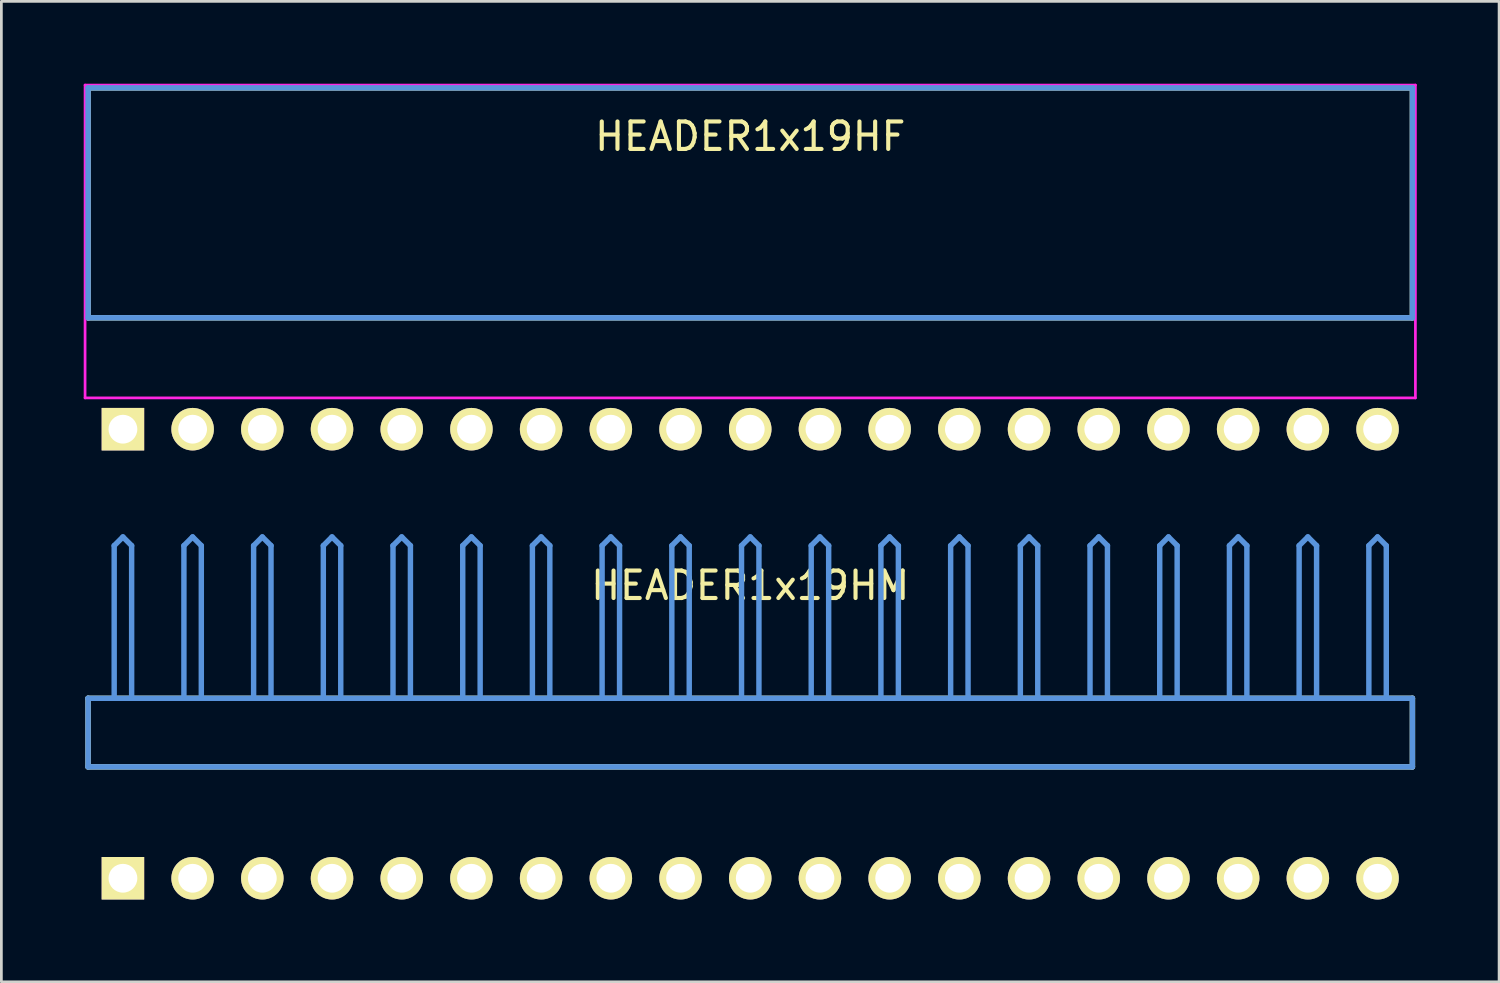
<source format=kicad_pcb>
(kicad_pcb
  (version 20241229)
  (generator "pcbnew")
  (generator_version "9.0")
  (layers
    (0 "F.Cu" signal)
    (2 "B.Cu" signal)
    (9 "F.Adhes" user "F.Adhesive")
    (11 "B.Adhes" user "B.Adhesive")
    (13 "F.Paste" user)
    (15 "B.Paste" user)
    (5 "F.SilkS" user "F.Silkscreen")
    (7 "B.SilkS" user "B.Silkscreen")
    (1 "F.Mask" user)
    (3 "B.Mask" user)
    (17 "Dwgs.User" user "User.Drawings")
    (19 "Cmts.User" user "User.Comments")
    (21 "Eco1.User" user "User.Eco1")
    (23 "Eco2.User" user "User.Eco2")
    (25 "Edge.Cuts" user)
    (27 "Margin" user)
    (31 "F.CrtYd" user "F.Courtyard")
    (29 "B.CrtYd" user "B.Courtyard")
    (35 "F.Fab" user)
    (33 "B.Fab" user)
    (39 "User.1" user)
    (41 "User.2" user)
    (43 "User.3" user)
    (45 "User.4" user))
  (footprint "HEADER1x19HM"
    (layer "F.Cu")
    (at 1.429 28.954)
    (property "Reference" "HEADER1x19HM" (at 22.86 -10.668 0) (layer "F.SilkS") (effects (font (size 1.001 1.001) (thickness 0.15))))
    (attr through_hole)
    (fp_line (start -1.27 -6.558) (end -1.27 -4.059) (stroke (width 0.198) (type solid)) (layer "F.SilkS"))
    (fp_line (start -1.27 -4.059) (end 46.99 -4.059) (stroke (width 0.198) (type solid)) (layer "F.SilkS"))
    (fp_line (start 46.99 -6.558) (end -1.27 -6.558) (stroke (width 0.198) (type solid)) (layer "F.SilkS"))
    (fp_line (start 46.99 -4.059) (end 46.99 -6.558) (stroke (width 0.198) (type solid)) (layer "F.SilkS"))
    (fp_line (start -1.27 -6.558) (end -1.27 -4.059) (stroke (width 0.198) (type solid)) (layer "Cmts.User"))
    (fp_line (start -1.27 -4.059) (end 46.99 -4.059) (stroke (width 0.198) (type solid)) (layer "Cmts.User"))
    (fp_line (start -0.318 -12.121) (end 0 -12.438) (stroke (width 0.198) (type solid)) (layer "Cmts.User"))
    (fp_line (start -0.318 -6.599) (end -0.318 -12.121) (stroke (width 0.198) (type solid)) (layer "Cmts.User"))
    (fp_line (start 0.318 -12.121) (end 0 -12.438) (stroke (width 0.198) (type solid)) (layer "Cmts.User"))
    (fp_line (start 0.318 -6.599) (end 0.318 -12.121) (stroke (width 0.198) (type solid)) (layer "Cmts.User"))
    (fp_line (start 2.223 -12.121) (end 2.54 -12.438) (stroke (width 0.198) (type solid)) (layer "Cmts.User"))
    (fp_line (start 2.223 -6.599) (end 2.223 -12.121) (stroke (width 0.198) (type solid)) (layer "Cmts.User"))
    (fp_line (start 2.857 -12.121) (end 2.54 -12.438) (stroke (width 0.198) (type solid)) (layer "Cmts.User"))
    (fp_line (start 2.857 -6.599) (end 2.857 -12.121) (stroke (width 0.198) (type solid)) (layer "Cmts.User"))
    (fp_line (start 4.763 -12.121) (end 5.08 -12.438) (stroke (width 0.198) (type solid)) (layer "Cmts.User"))
    (fp_line (start 4.763 -6.599) (end 4.763 -12.121) (stroke (width 0.198) (type solid)) (layer "Cmts.User"))
    (fp_line (start 5.397 -12.121) (end 5.08 -12.438) (stroke (width 0.198) (type solid)) (layer "Cmts.User"))
    (fp_line (start 5.397 -6.599) (end 5.397 -12.121) (stroke (width 0.198) (type solid)) (layer "Cmts.User"))
    (fp_line (start 7.303 -12.121) (end 7.62 -12.438) (stroke (width 0.198) (type solid)) (layer "Cmts.User"))
    (fp_line (start 7.303 -6.599) (end 7.303 -12.121) (stroke (width 0.198) (type solid)) (layer "Cmts.User"))
    (fp_line (start 7.938 -12.121) (end 7.62 -12.438) (stroke (width 0.198) (type solid)) (layer "Cmts.User"))
    (fp_line (start 7.938 -6.599) (end 7.938 -12.121) (stroke (width 0.198) (type solid)) (layer "Cmts.User"))
    (fp_line (start 9.842 -12.121) (end 10.16 -12.438) (stroke (width 0.198) (type solid)) (layer "Cmts.User"))
    (fp_line (start 9.842 -6.599) (end 9.842 -12.121) (stroke (width 0.198) (type solid)) (layer "Cmts.User"))
    (fp_line (start 10.477 -12.121) (end 10.16 -12.438) (stroke (width 0.198) (type solid)) (layer "Cmts.User"))
    (fp_line (start 10.477 -6.599) (end 10.477 -12.121) (stroke (width 0.198) (type solid)) (layer "Cmts.User"))
    (fp_line (start 12.383 -12.121) (end 12.7 -12.438) (stroke (width 0.198) (type solid)) (layer "Cmts.User"))
    (fp_line (start 12.383 -6.599) (end 12.383 -12.121) (stroke (width 0.198) (type solid)) (layer "Cmts.User"))
    (fp_line (start 13.018 -12.121) (end 12.7 -12.438) (stroke (width 0.198) (type solid)) (layer "Cmts.User"))
    (fp_line (start 13.018 -6.599) (end 13.018 -12.121) (stroke (width 0.198) (type solid)) (layer "Cmts.User"))
    (fp_line (start 14.922 -12.121) (end 15.24 -12.438) (stroke (width 0.198) (type solid)) (layer "Cmts.User"))
    (fp_line (start 14.922 -6.599) (end 14.922 -12.121) (stroke (width 0.198) (type solid)) (layer "Cmts.User"))
    (fp_line (start 15.557 -12.121) (end 15.24 -12.438) (stroke (width 0.198) (type solid)) (layer "Cmts.User"))
    (fp_line (start 15.557 -6.599) (end 15.557 -12.121) (stroke (width 0.198) (type solid)) (layer "Cmts.User"))
    (fp_line (start 17.462 -12.121) (end 17.78 -12.438) (stroke (width 0.198) (type solid)) (layer "Cmts.User"))
    (fp_line (start 17.462 -6.599) (end 17.462 -12.121) (stroke (width 0.198) (type solid)) (layer "Cmts.User"))
    (fp_line (start 18.098 -12.121) (end 17.78 -12.438) (stroke (width 0.198) (type solid)) (layer "Cmts.User"))
    (fp_line (start 18.098 -6.599) (end 18.098 -12.121) (stroke (width 0.198) (type solid)) (layer "Cmts.User"))
    (fp_line (start 20.003 -12.121) (end 20.32 -12.438) (stroke (width 0.198) (type solid)) (layer "Cmts.User"))
    (fp_line (start 20.003 -6.599) (end 20.003 -12.121) (stroke (width 0.198) (type solid)) (layer "Cmts.User"))
    (fp_line (start 20.637 -12.121) (end 20.32 -12.438) (stroke (width 0.198) (type solid)) (layer "Cmts.User"))
    (fp_line (start 20.637 -6.599) (end 20.637 -12.121) (stroke (width 0.198) (type solid)) (layer "Cmts.User"))
    (fp_line (start 22.543 -12.121) (end 22.86 -12.438) (stroke (width 0.198) (type solid)) (layer "Cmts.User"))
    (fp_line (start 22.543 -6.599) (end 22.543 -12.121) (stroke (width 0.198) (type solid)) (layer "Cmts.User"))
    (fp_line (start 23.177 -12.121) (end 22.86 -12.438) (stroke (width 0.198) (type solid)) (layer "Cmts.User"))
    (fp_line (start 23.177 -6.599) (end 23.177 -12.121) (stroke (width 0.198) (type solid)) (layer "Cmts.User"))
    (fp_line (start 25.082 -12.121) (end 25.4 -12.438) (stroke (width 0.198) (type solid)) (layer "Cmts.User"))
    (fp_line (start 25.082 -6.599) (end 25.082 -12.121) (stroke (width 0.198) (type solid)) (layer "Cmts.User"))
    (fp_line (start 25.718 -12.121) (end 25.4 -12.438) (stroke (width 0.198) (type solid)) (layer "Cmts.User"))
    (fp_line (start 25.718 -6.599) (end 25.718 -12.121) (stroke (width 0.198) (type solid)) (layer "Cmts.User"))
    (fp_line (start 27.622 -12.121) (end 27.94 -12.438) (stroke (width 0.198) (type solid)) (layer "Cmts.User"))
    (fp_line (start 27.622 -6.599) (end 27.622 -12.121) (stroke (width 0.198) (type solid)) (layer "Cmts.User"))
    (fp_line (start 28.258 -12.121) (end 27.94 -12.438) (stroke (width 0.198) (type solid)) (layer "Cmts.User"))
    (fp_line (start 28.258 -6.599) (end 28.258 -12.121) (stroke (width 0.198) (type solid)) (layer "Cmts.User"))
    (fp_line (start 30.163 -12.121) (end 30.48 -12.438) (stroke (width 0.198) (type solid)) (layer "Cmts.User"))
    (fp_line (start 30.163 -6.599) (end 30.163 -12.121) (stroke (width 0.198) (type solid)) (layer "Cmts.User"))
    (fp_line (start 30.797 -12.121) (end 30.48 -12.438) (stroke (width 0.198) (type solid)) (layer "Cmts.User"))
    (fp_line (start 30.797 -6.599) (end 30.797 -12.121) (stroke (width 0.198) (type solid)) (layer "Cmts.User"))
    (fp_line (start 32.703 -12.121) (end 33.02 -12.438) (stroke (width 0.198) (type solid)) (layer "Cmts.User"))
    (fp_line (start 32.703 -6.599) (end 32.703 -12.121) (stroke (width 0.198) (type solid)) (layer "Cmts.User"))
    (fp_line (start 33.337 -12.121) (end 33.02 -12.438) (stroke (width 0.198) (type solid)) (layer "Cmts.User"))
    (fp_line (start 33.337 -6.599) (end 33.337 -12.121) (stroke (width 0.198) (type solid)) (layer "Cmts.User"))
    (fp_line (start 35.242 -12.121) (end 35.56 -12.438) (stroke (width 0.198) (type solid)) (layer "Cmts.User"))
    (fp_line (start 35.242 -6.599) (end 35.242 -12.121) (stroke (width 0.198) (type solid)) (layer "Cmts.User"))
    (fp_line (start 35.877 -12.121) (end 35.56 -12.438) (stroke (width 0.198) (type solid)) (layer "Cmts.User"))
    (fp_line (start 35.877 -6.599) (end 35.877 -12.121) (stroke (width 0.198) (type solid)) (layer "Cmts.User"))
    (fp_line (start 37.782 -12.121) (end 38.1 -12.438) (stroke (width 0.198) (type solid)) (layer "Cmts.User"))
    (fp_line (start 37.782 -6.599) (end 37.782 -12.121) (stroke (width 0.198) (type solid)) (layer "Cmts.User"))
    (fp_line (start 38.417 -12.121) (end 38.1 -12.438) (stroke (width 0.198) (type solid)) (layer "Cmts.User"))
    (fp_line (start 38.417 -6.599) (end 38.417 -12.121) (stroke (width 0.198) (type solid)) (layer "Cmts.User"))
    (fp_line (start 40.322 -12.121) (end 40.64 -12.438) (stroke (width 0.198) (type solid)) (layer "Cmts.User"))
    (fp_line (start 40.322 -6.599) (end 40.322 -12.121) (stroke (width 0.198) (type solid)) (layer "Cmts.User"))
    (fp_line (start 40.958 -12.121) (end 40.64 -12.438) (stroke (width 0.198) (type solid)) (layer "Cmts.User"))
    (fp_line (start 40.958 -6.599) (end 40.958 -12.121) (stroke (width 0.198) (type solid)) (layer "Cmts.User"))
    (fp_line (start 42.862 -12.121) (end 43.18 -12.438) (stroke (width 0.198) (type solid)) (layer "Cmts.User"))
    (fp_line (start 42.862 -6.599) (end 42.862 -12.121) (stroke (width 0.198) (type solid)) (layer "Cmts.User"))
    (fp_line (start 43.498 -12.121) (end 43.18 -12.438) (stroke (width 0.198) (type solid)) (layer "Cmts.User"))
    (fp_line (start 43.498 -6.599) (end 43.498 -12.121) (stroke (width 0.198) (type solid)) (layer "Cmts.User"))
    (fp_line (start 45.403 -12.121) (end 45.72 -12.438) (stroke (width 0.198) (type solid)) (layer "Cmts.User"))
    (fp_line (start 45.403 -6.599) (end 45.403 -12.121) (stroke (width 0.198) (type solid)) (layer "Cmts.User"))
    (fp_line (start 46.038 -12.121) (end 45.72 -12.438) (stroke (width 0.198) (type solid)) (layer "Cmts.User"))
    (fp_line (start 46.038 -6.599) (end 46.038 -12.121) (stroke (width 0.198) (type solid)) (layer "Cmts.User"))
    (fp_line (start 46.99 -6.558) (end -1.27 -6.558) (stroke (width 0.198) (type solid)) (layer "Cmts.User"))
    (fp_line (start 46.99 -4.059) (end 46.99 -6.558) (stroke (width 0.198) (type solid)) (layer "Cmts.User"))
    (fp_line (start -1.379 -12.54) (end 47.099 -12.54) (stroke (width 0.099) (type solid)) (layer "Eco1.User"))
    (fp_line (start -1.379 -1.14) (end -1.379 -12.54) (stroke (width 0.099) (type solid)) (layer "Eco1.User"))
    (fp_line (start 47.099 -12.54) (end 47.099 -1.14) (stroke (width 0.099) (type solid)) (layer "Eco1.User"))
    (fp_line (start 47.099 -1.14) (end -1.379 -1.14) (stroke (width 0.099) (type solid)) (layer "Eco1.User"))
    (pad "1" thru_hole rect (at 0 0) (size 1.549 1.549) (drill 1.049) (layers "*.Cu" "*.Mask" "F.SilkS"))
    (pad "2" thru_hole circle (at 2.54 0) (size 1.549 1.549) (drill 1.049) (layers "*.Cu" "*.Mask" "F.SilkS"))
    (pad "3" thru_hole circle (at 5.08 0) (size 1.549 1.549) (drill 1.049) (layers "*.Cu" "*.Mask" "F.SilkS"))
    (pad "4" thru_hole circle (at 7.62 0) (size 1.549 1.549) (drill 1.049) (layers "*.Cu" "*.Mask" "F.SilkS"))
    (pad "5" thru_hole circle (at 10.16 0) (size 1.549 1.549) (drill 1.049) (layers "*.Cu" "*.Mask" "F.SilkS"))
    (pad "6" thru_hole circle (at 12.7 0) (size 1.549 1.549) (drill 1.049) (layers "*.Cu" "*.Mask" "F.SilkS"))
    (pad "7" thru_hole circle (at 15.24 0) (size 1.549 1.549) (drill 1.049) (layers "*.Cu" "*.Mask" "F.SilkS"))
    (pad "8" thru_hole circle (at 17.78 0) (size 1.549 1.549) (drill 1.049) (layers "*.Cu" "*.Mask" "F.SilkS"))
    (pad "9" thru_hole circle (at 20.32 0) (size 1.549 1.549) (drill 1.049) (layers "*.Cu" "*.Mask" "F.SilkS"))
    (pad "10" thru_hole circle (at 22.86 0) (size 1.549 1.549) (drill 1.049) (layers "*.Cu" "*.Mask" "F.SilkS"))
    (pad "11" thru_hole circle (at 25.4 0) (size 1.549 1.549) (drill 1.049) (layers "*.Cu" "*.Mask" "F.SilkS"))
    (pad "12" thru_hole circle (at 27.94 0) (size 1.549 1.549) (drill 1.049) (layers "*.Cu" "*.Mask" "F.SilkS"))
    (pad "13" thru_hole circle (at 30.48 0) (size 1.549 1.549) (drill 1.049) (layers "*.Cu" "*.Mask" "F.SilkS"))
    (pad "14" thru_hole circle (at 33.02 0) (size 1.549 1.549) (drill 1.049) (layers "*.Cu" "*.Mask" "F.SilkS"))
    (pad "15" thru_hole circle (at 35.56 0) (size 1.549 1.549) (drill 1.049) (layers "*.Cu" "*.Mask" "F.SilkS"))
    (pad "16" thru_hole circle (at 38.1 0) (size 1.549 1.549) (drill 1.049) (layers "*.Cu" "*.Mask" "F.SilkS"))
    (pad "17" thru_hole circle (at 40.64 0) (size 1.549 1.549) (drill 1.049) (layers "*.Cu" "*.Mask" "F.SilkS"))
    (pad "18" thru_hole circle (at 43.18 0) (size 1.549 1.549) (drill 1.049) (layers "*.Cu" "*.Mask" "F.SilkS"))
    (pad "19" thru_hole circle (at 45.72 0) (size 1.549 1.549) (drill 1.049) (layers "*.Cu" "*.Mask" "F.SilkS")))
  (footprint "HEADER1x19HF"
    (layer "F.Cu")
    (at 1.429 12.59)
    (property "Reference" "HEADER1x19HF" (at 22.86 -10.668 0) (layer "F.SilkS") (effects (font (size 1.001 1.001) (thickness 0.15))))
    (attr through_hole)
    (fp_line (start -1.27 -12.438) (end -1.27 -4.059) (stroke (width 0.198) (type solid)) (layer "F.SilkS"))
    (fp_line (start -1.27 -4.059) (end 46.99 -4.059) (stroke (width 0.198) (type solid)) (layer "F.SilkS"))
    (fp_line (start 46.99 -12.438) (end -1.27 -12.438) (stroke (width 0.198) (type solid)) (layer "F.SilkS"))
    (fp_line (start 46.99 -4.059) (end 46.99 -12.438) (stroke (width 0.198) (type solid)) (layer "F.SilkS"))
    (fp_line (start -1.27 -12.438) (end -1.27 -4.059) (stroke (width 0.198) (type solid)) (layer "Cmts.User"))
    (fp_line (start -1.27 -4.059) (end 46.99 -4.059) (stroke (width 0.198) (type solid)) (layer "Cmts.User"))
    (fp_line (start 46.99 -12.438) (end -1.27 -12.438) (stroke (width 0.198) (type solid)) (layer "Cmts.User"))
    (fp_line (start 46.99 -4.059) (end 46.99 -12.438) (stroke (width 0.198) (type solid)) (layer "Cmts.User"))
    (fp_line (start -1.379 -12.54) (end 47.099 -12.54) (stroke (width 0.099) (type solid)) (layer "F.CrtYd"))
    (fp_line (start -1.379 -1.14) (end -1.379 -12.54) (stroke (width 0.099) (type solid)) (layer "F.CrtYd"))
    (fp_line (start 47.099 -12.54) (end 47.099 -1.14) (stroke (width 0.099) (type solid)) (layer "F.CrtYd"))
    (fp_line (start 47.099 -1.14) (end -1.379 -1.14) (stroke (width 0.099) (type solid)) (layer "F.CrtYd"))
    (pad "1" thru_hole rect (at 0 0) (size 1.549 1.549) (drill 1.049) (layers "*.Cu" "*.Mask" "F.SilkS"))
    (pad "2" thru_hole circle (at 2.54 0) (size 1.549 1.549) (drill 1.049) (layers "*.Cu" "*.Mask" "F.SilkS"))
    (pad "3" thru_hole circle (at 5.08 0) (size 1.549 1.549) (drill 1.049) (layers "*.Cu" "*.Mask" "F.SilkS"))
    (pad "4" thru_hole circle (at 7.62 0) (size 1.549 1.549) (drill 1.049) (layers "*.Cu" "*.Mask" "F.SilkS"))
    (pad "5" thru_hole circle (at 10.16 0) (size 1.549 1.549) (drill 1.049) (layers "*.Cu" "*.Mask" "F.SilkS"))
    (pad "6" thru_hole circle (at 12.7 0) (size 1.549 1.549) (drill 1.049) (layers "*.Cu" "*.Mask" "F.SilkS"))
    (pad "7" thru_hole circle (at 15.24 0) (size 1.549 1.549) (drill 1.049) (layers "*.Cu" "*.Mask" "F.SilkS"))
    (pad "8" thru_hole circle (at 17.78 0) (size 1.549 1.549) (drill 1.049) (layers "*.Cu" "*.Mask" "F.SilkS"))
    (pad "9" thru_hole circle (at 20.32 0) (size 1.549 1.549) (drill 1.049) (layers "*.Cu" "*.Mask" "F.SilkS"))
    (pad "10" thru_hole circle (at 22.86 0) (size 1.549 1.549) (drill 1.049) (layers "*.Cu" "*.Mask" "F.SilkS"))
    (pad "11" thru_hole circle (at 25.4 0) (size 1.549 1.549) (drill 1.049) (layers "*.Cu" "*.Mask" "F.SilkS"))
    (pad "12" thru_hole circle (at 27.94 0) (size 1.549 1.549) (drill 1.049) (layers "*.Cu" "*.Mask" "F.SilkS"))
    (pad "13" thru_hole circle (at 30.48 0) (size 1.549 1.549) (drill 1.049) (layers "*.Cu" "*.Mask" "F.SilkS"))
    (pad "14" thru_hole circle (at 33.02 0) (size 1.549 1.549) (drill 1.049) (layers "*.Cu" "*.Mask" "F.SilkS"))
    (pad "15" thru_hole circle (at 35.56 0) (size 1.549 1.549) (drill 1.049) (layers "*.Cu" "*.Mask" "F.SilkS"))
    (pad "16" thru_hole circle (at 38.1 0) (size 1.549 1.549) (drill 1.049) (layers "*.Cu" "*.Mask" "F.SilkS"))
    (pad "17" thru_hole circle (at 40.64 0) (size 1.549 1.549) (drill 1.049) (layers "*.Cu" "*.Mask" "F.SilkS"))
    (pad "18" thru_hole circle (at 43.18 0) (size 1.549 1.549) (drill 1.049) (layers "*.Cu" "*.Mask" "F.SilkS"))
    (pad "19" thru_hole circle (at 45.72 0) (size 1.549 1.549) (drill 1.049) (layers "*.Cu" "*.Mask" "F.SilkS")))
  (gr_rect
    (start -3 -3)
    (end 51.578 32.728)
    (stroke (width 0.1) (type default))
    (fill no)
    (layer "Edge.Cuts")))
</source>
